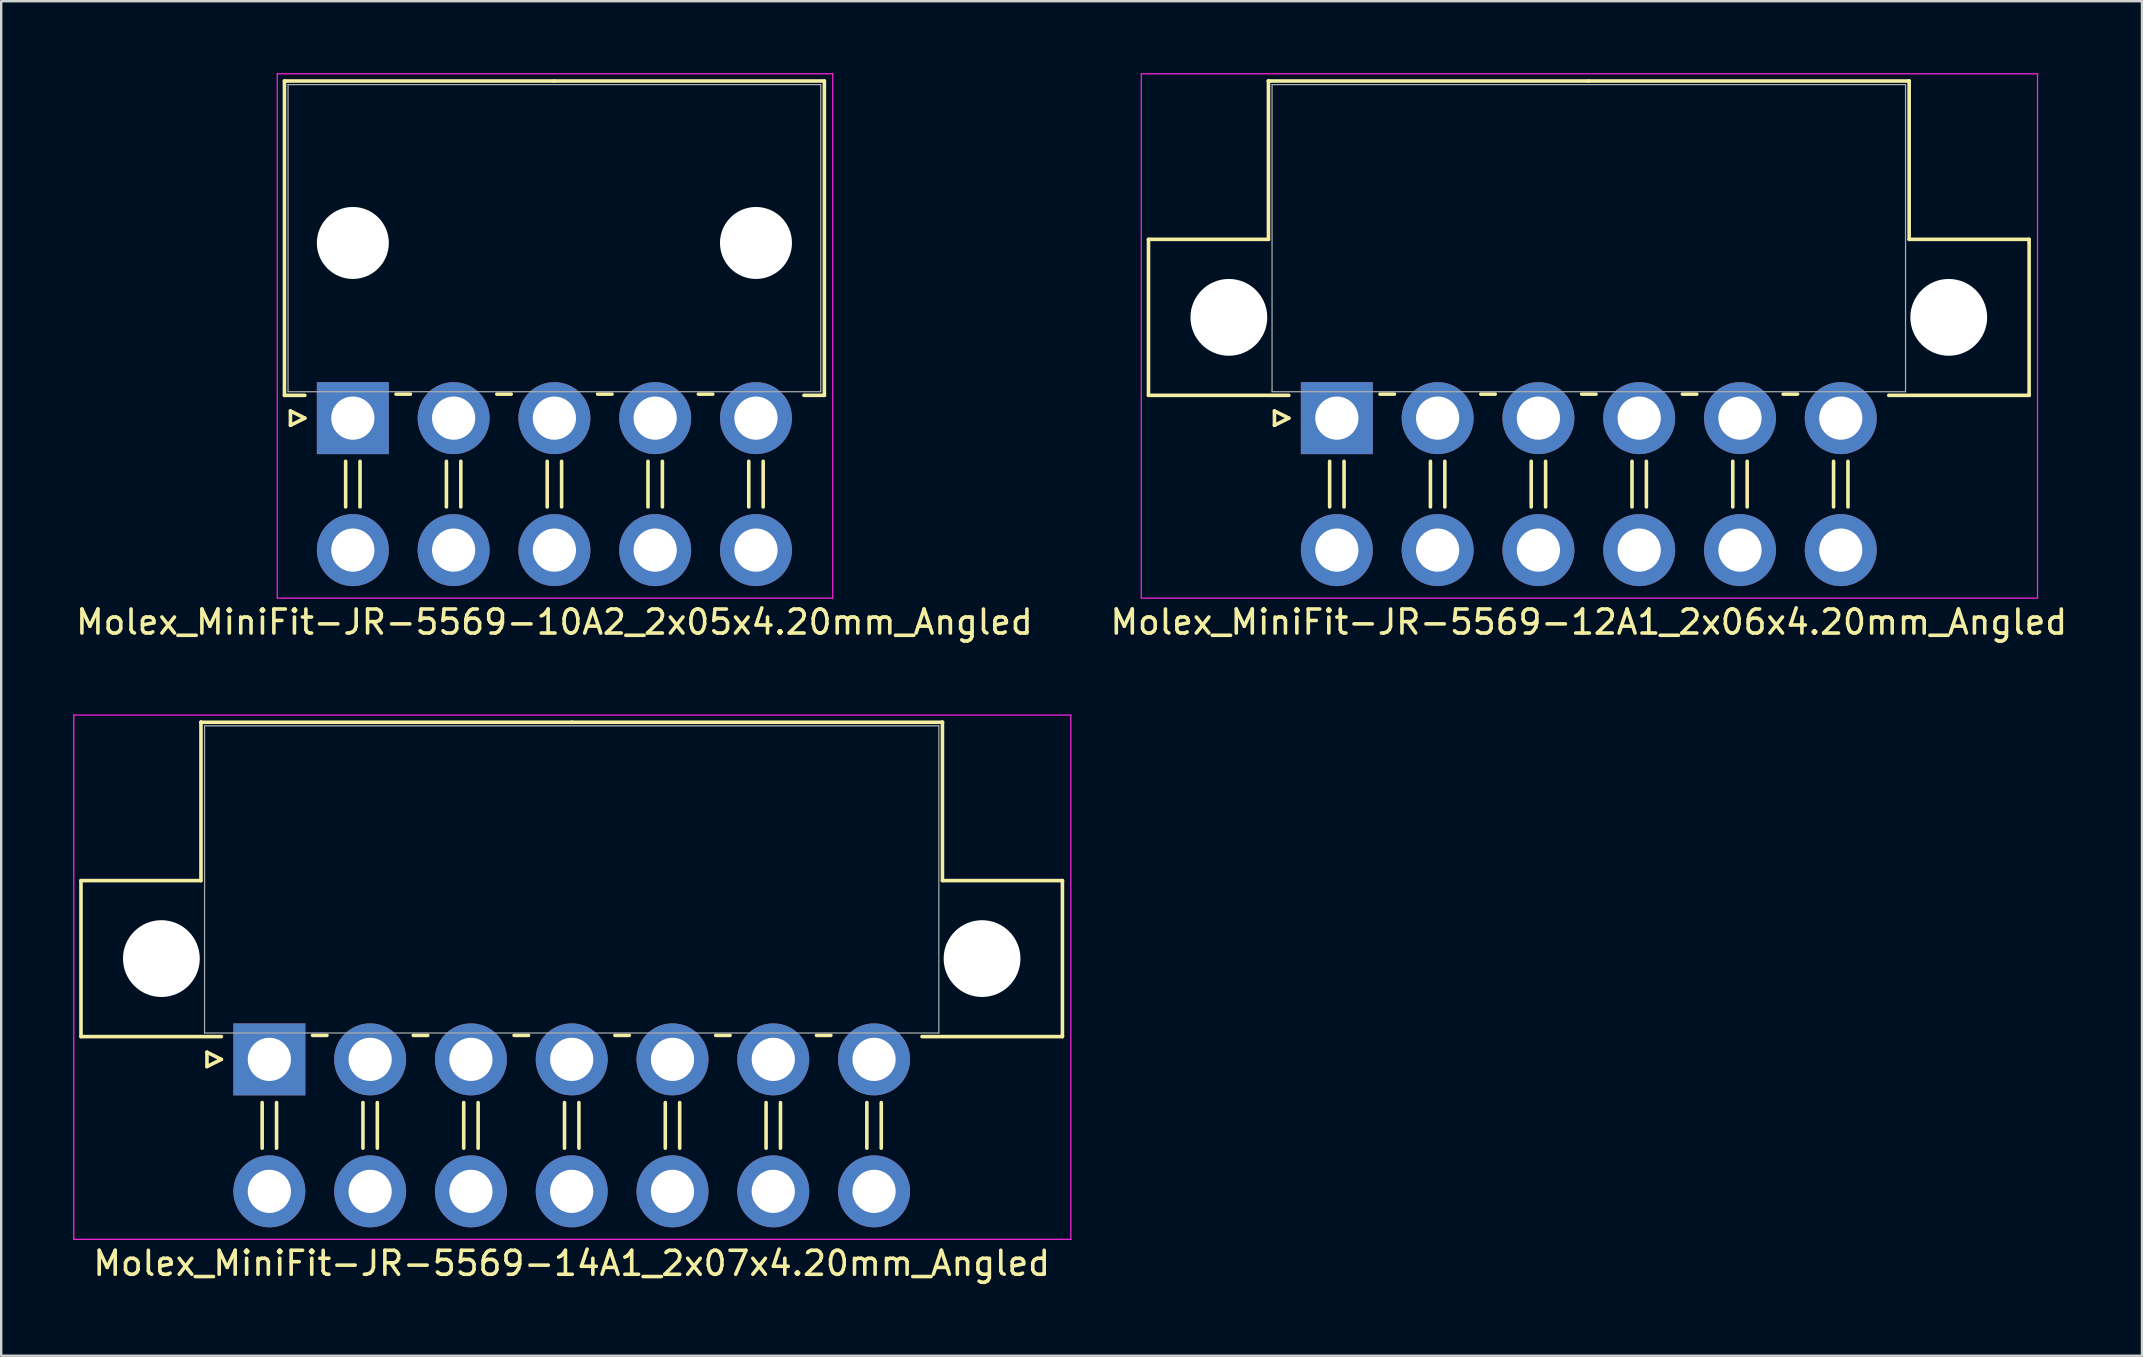
<source format=kicad_pcb>
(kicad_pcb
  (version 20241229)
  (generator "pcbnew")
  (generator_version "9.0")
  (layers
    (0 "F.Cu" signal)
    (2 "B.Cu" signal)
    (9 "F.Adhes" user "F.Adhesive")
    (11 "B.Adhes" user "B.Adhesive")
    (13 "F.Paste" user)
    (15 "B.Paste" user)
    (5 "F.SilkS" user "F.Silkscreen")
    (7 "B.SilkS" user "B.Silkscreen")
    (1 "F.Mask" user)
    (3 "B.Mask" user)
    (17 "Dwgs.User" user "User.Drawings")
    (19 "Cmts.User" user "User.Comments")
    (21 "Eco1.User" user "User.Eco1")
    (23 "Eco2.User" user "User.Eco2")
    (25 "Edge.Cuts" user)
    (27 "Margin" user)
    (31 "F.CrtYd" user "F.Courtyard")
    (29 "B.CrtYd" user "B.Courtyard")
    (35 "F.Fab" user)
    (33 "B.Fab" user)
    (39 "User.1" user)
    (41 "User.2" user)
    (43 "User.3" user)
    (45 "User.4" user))
  (footprint "Molex_MiniFit-JR-5569-14A1_2x07x4.20mm_Angled"
    (layer "F.Cu")
    (at 8.175 41.098)
    (property "Reference" "Molex_MiniFit-JR-5569-14A1_2x07x4.20mm_Angled" (at 12.6 8.5 0) (layer "F.SilkS") (effects (font (size 1 1) (thickness 0.15))))
    (attr through_hole)
    (fp_line (start -7.85 -7.45) (end -7.85 -0.95) (stroke (width 0.15) (type solid)) (layer "F.SilkS"))
    (fp_line (start -7.85 -0.95) (end -2 -0.95) (stroke (width 0.15) (type solid)) (layer "F.SilkS"))
    (fp_line (start -2.85 -14.05) (end -2.85 -14.05) (stroke (width 0.15) (type solid)) (layer "F.SilkS"))
    (fp_line (start -2.85 -14.05) (end -2.85 -7.45) (stroke (width 0.15) (type solid)) (layer "F.SilkS"))
    (fp_line (start -2.85 -7.45) (end -7.85 -7.45) (stroke (width 0.15) (type solid)) (layer "F.SilkS"))
    (fp_line (start -2.6 -0.3) (end -2 0) (stroke (width 0.15) (type solid)) (layer "F.SilkS"))
    (fp_line (start -2.6 0.3) (end -2.6 -0.3) (stroke (width 0.15) (type solid)) (layer "F.SilkS"))
    (fp_line (start -2 0) (end -2.6 0.3) (stroke (width 0.15) (type solid)) (layer "F.SilkS"))
    (fp_line (start -0.3 1.8) (end -0.3 3.7) (stroke (width 0.15) (type solid)) (layer "F.SilkS"))
    (fp_line (start 0.3 1.8) (end 0.3 3.7) (stroke (width 0.15) (type solid)) (layer "F.SilkS"))
    (fp_line (start 1.8 -1) (end 2.4 -1) (stroke (width 0.15) (type solid)) (layer "F.SilkS"))
    (fp_line (start 3.9 1.8) (end 3.9 3.7) (stroke (width 0.15) (type solid)) (layer "F.SilkS"))
    (fp_line (start 4.5 1.8) (end 4.5 3.7) (stroke (width 0.15) (type solid)) (layer "F.SilkS"))
    (fp_line (start 6 -1) (end 6.6 -1) (stroke (width 0.15) (type solid)) (layer "F.SilkS"))
    (fp_line (start 8.1 1.8) (end 8.1 3.7) (stroke (width 0.15) (type solid)) (layer "F.SilkS"))
    (fp_line (start 8.7 1.8) (end 8.7 3.7) (stroke (width 0.15) (type solid)) (layer "F.SilkS"))
    (fp_line (start 10.2 -1) (end 10.8 -1) (stroke (width 0.15) (type solid)) (layer "F.SilkS"))
    (fp_line (start 12.3 1.8) (end 12.3 3.7) (stroke (width 0.15) (type solid)) (layer "F.SilkS"))
    (fp_line (start 12.6 -14.05) (end -2.85 -14.05) (stroke (width 0.15) (type solid)) (layer "F.SilkS"))
    (fp_line (start 12.6 -14.05) (end 28.05 -14.05) (stroke (width 0.15) (type solid)) (layer "F.SilkS"))
    (fp_line (start 12.9 1.8) (end 12.9 3.7) (stroke (width 0.15) (type solid)) (layer "F.SilkS"))
    (fp_line (start 14.4 -1) (end 15 -1) (stroke (width 0.15) (type solid)) (layer "F.SilkS"))
    (fp_line (start 16.5 1.8) (end 16.5 3.7) (stroke (width 0.15) (type solid)) (layer "F.SilkS"))
    (fp_line (start 17.1 1.8) (end 17.1 3.7) (stroke (width 0.15) (type solid)) (layer "F.SilkS"))
    (fp_line (start 18.6 -1) (end 19.2 -1) (stroke (width 0.15) (type solid)) (layer "F.SilkS"))
    (fp_line (start 20.7 1.8) (end 20.7 3.7) (stroke (width 0.15) (type solid)) (layer "F.SilkS"))
    (fp_line (start 21.3 1.8) (end 21.3 3.7) (stroke (width 0.15) (type solid)) (layer "F.SilkS"))
    (fp_line (start 22.8 -1) (end 23.4 -1) (stroke (width 0.15) (type solid)) (layer "F.SilkS"))
    (fp_line (start 24.9 1.8) (end 24.9 3.7) (stroke (width 0.15) (type solid)) (layer "F.SilkS"))
    (fp_line (start 25.5 1.8) (end 25.5 3.7) (stroke (width 0.15) (type solid)) (layer "F.SilkS"))
    (fp_line (start 28.05 -14.05) (end 28.05 -14.05) (stroke (width 0.15) (type solid)) (layer "F.SilkS"))
    (fp_line (start 28.05 -14.05) (end 28.05 -7.45) (stroke (width 0.15) (type solid)) (layer "F.SilkS"))
    (fp_line (start 28.05 -7.45) (end 33.05 -7.45) (stroke (width 0.15) (type solid)) (layer "F.SilkS"))
    (fp_line (start 33.05 -7.45) (end 33.05 -0.95) (stroke (width 0.15) (type solid)) (layer "F.SilkS"))
    (fp_line (start 33.05 -0.95) (end 27.2 -0.95) (stroke (width 0.15) (type solid)) (layer "F.SilkS"))
    (fp_line (start -8.15 -14.35) (end -8.15 7.5) (stroke (width 0.05) (type solid)) (layer "F.CrtYd"))
    (fp_line (start -8.15 7.5) (end 33.4 7.5) (stroke (width 0.05) (type solid)) (layer "F.CrtYd"))
    (fp_line (start 33.4 -14.35) (end -8.15 -14.35) (stroke (width 0.05) (type solid)) (layer "F.CrtYd"))
    (fp_line (start 33.4 7.5) (end 33.4 -14.35) (stroke (width 0.05) (type solid)) (layer "F.CrtYd"))
    (fp_line (start -2.7 -13.9) (end -2.7 -1.1) (stroke (width 0.05) (type solid)) (layer "F.Fab"))
    (fp_line (start -2.7 -1.1) (end 27.9 -1.1) (stroke (width 0.05) (type solid)) (layer "F.Fab"))
    (fp_line (start 27.9 -13.9) (end -2.7 -13.9) (stroke (width 0.05) (type solid)) (layer "F.Fab"))
    (fp_line (start 27.9 -1.1) (end 27.9 -13.9) (stroke (width 0.05) (type solid)) (layer "F.Fab"))
    (pad "" np_thru_hole circle (at -4.5 -4.2) (size 3.2 3.2) (drill 3.2) (layers "*.Cu"))
    (pad "" np_thru_hole circle (at 29.7 -4.2) (size 3.2 3.2) (drill 3.2) (layers "*.Cu"))
    (pad "1" thru_hole rect (at 0 0) (size 3 3) (drill 1.8) (layers "*.Cu" "*.Mask"))
    (pad "2" thru_hole circle (at 4.2 0) (size 3 3) (drill 1.8) (layers "*.Cu" "*.Mask"))
    (pad "3" thru_hole circle (at 8.4 0) (size 3 3) (drill 1.8) (layers "*.Cu" "*.Mask"))
    (pad "4" thru_hole circle (at 12.6 0) (size 3 3) (drill 1.8) (layers "*.Cu" "*.Mask"))
    (pad "5" thru_hole circle (at 16.8 0) (size 3 3) (drill 1.8) (layers "*.Cu" "*.Mask"))
    (pad "6" thru_hole circle (at 21 0) (size 3 3) (drill 1.8) (layers "*.Cu" "*.Mask"))
    (pad "7" thru_hole circle (at 25.2 0) (size 3 3) (drill 1.8) (layers "*.Cu" "*.Mask"))
    (pad "8" thru_hole circle (at 0 5.5) (size 3 3) (drill 1.8) (layers "*.Cu" "*.Mask"))
    (pad "9" thru_hole circle (at 4.2 5.5) (size 3 3) (drill 1.8) (layers "*.Cu" "*.Mask"))
    (pad "10" thru_hole circle (at 8.4 5.5) (size 3 3) (drill 1.8) (layers "*.Cu" "*.Mask"))
    (pad "11" thru_hole circle (at 12.6 5.5) (size 3 3) (drill 1.8) (layers "*.Cu" "*.Mask"))
    (pad "12" thru_hole circle (at 16.8 5.5) (size 3 3) (drill 1.8) (layers "*.Cu" "*.Mask"))
    (pad "13" thru_hole circle (at 21 5.5) (size 3 3) (drill 1.8) (layers "*.Cu" "*.Mask"))
    (pad "14" thru_hole circle (at 25.2 5.5) (size 3 3) (drill 1.8) (layers "*.Cu" "*.Mask")))
  (footprint "Molex_MiniFit-JR-5569-10A2_2x05x4.20mm_Angled"
    (layer "F.Cu")
    (at 11.654 14.375)
    (property "Reference" "Molex_MiniFit-JR-5569-10A2_2x05x4.20mm_Angled" (at 8.4 8.5 0) (layer "F.SilkS") (effects (font (size 1 1) (thickness 0.15))))
    (attr through_hole)
    (fp_line (start -2.85 -14.05) (end 8.4 -14.05) (stroke (width 0.15) (type solid)) (layer "F.SilkS"))
    (fp_line (start -2.85 -0.95) (end -2.85 -14.05) (stroke (width 0.15) (type solid)) (layer "F.SilkS"))
    (fp_line (start -2.6 -0.3) (end -2 0) (stroke (width 0.15) (type solid)) (layer "F.SilkS"))
    (fp_line (start -2.6 0.3) (end -2.6 -0.3) (stroke (width 0.15) (type solid)) (layer "F.SilkS"))
    (fp_line (start -2 -0.95) (end -2.85 -0.95) (stroke (width 0.15) (type solid)) (layer "F.SilkS"))
    (fp_line (start -2 0) (end -2.6 0.3) (stroke (width 0.15) (type solid)) (layer "F.SilkS"))
    (fp_line (start -0.3 1.8) (end -0.3 3.7) (stroke (width 0.15) (type solid)) (layer "F.SilkS"))
    (fp_line (start 0.3 1.8) (end 0.3 3.7) (stroke (width 0.15) (type solid)) (layer "F.SilkS"))
    (fp_line (start 1.8 -1) (end 2.4 -1) (stroke (width 0.15) (type solid)) (layer "F.SilkS"))
    (fp_line (start 3.9 1.8) (end 3.9 3.7) (stroke (width 0.15) (type solid)) (layer "F.SilkS"))
    (fp_line (start 4.5 1.8) (end 4.5 3.7) (stroke (width 0.15) (type solid)) (layer "F.SilkS"))
    (fp_line (start 6 -1) (end 6.6 -1) (stroke (width 0.15) (type solid)) (layer "F.SilkS"))
    (fp_line (start 8.1 1.8) (end 8.1 3.7) (stroke (width 0.15) (type solid)) (layer "F.SilkS"))
    (fp_line (start 8.7 1.8) (end 8.7 3.7) (stroke (width 0.15) (type solid)) (layer "F.SilkS"))
    (fp_line (start 10.2 -1) (end 10.8 -1) (stroke (width 0.15) (type solid)) (layer "F.SilkS"))
    (fp_line (start 12.3 1.8) (end 12.3 3.7) (stroke (width 0.15) (type solid)) (layer "F.SilkS"))
    (fp_line (start 12.9 1.8) (end 12.9 3.7) (stroke (width 0.15) (type solid)) (layer "F.SilkS"))
    (fp_line (start 14.4 -1) (end 15 -1) (stroke (width 0.15) (type solid)) (layer "F.SilkS"))
    (fp_line (start 16.5 1.8) (end 16.5 3.7) (stroke (width 0.15) (type solid)) (layer "F.SilkS"))
    (fp_line (start 17.1 1.8) (end 17.1 3.7) (stroke (width 0.15) (type solid)) (layer "F.SilkS"))
    (fp_line (start 18.8 -0.95) (end 19.65 -0.95) (stroke (width 0.15) (type solid)) (layer "F.SilkS"))
    (fp_line (start 19.65 -14.05) (end 8.4 -14.05) (stroke (width 0.15) (type solid)) (layer "F.SilkS"))
    (fp_line (start 19.65 -0.95) (end 19.65 -14.05) (stroke (width 0.15) (type solid)) (layer "F.SilkS"))
    (fp_line (start -3.15 -14.35) (end -3.15 7.5) (stroke (width 0.05) (type solid)) (layer "F.CrtYd"))
    (fp_line (start -3.15 7.5) (end 20 7.5) (stroke (width 0.05) (type solid)) (layer "F.CrtYd"))
    (fp_line (start 20 -14.35) (end -3.15 -14.35) (stroke (width 0.05) (type solid)) (layer "F.CrtYd"))
    (fp_line (start 20 7.5) (end 20 -14.35) (stroke (width 0.05) (type solid)) (layer "F.CrtYd"))
    (fp_line (start -2.7 -13.9) (end -2.7 -1.1) (stroke (width 0.05) (type solid)) (layer "F.Fab"))
    (fp_line (start -2.7 -1.1) (end 19.5 -1.1) (stroke (width 0.05) (type solid)) (layer "F.Fab"))
    (fp_line (start 19.5 -13.9) (end -2.7 -13.9) (stroke (width 0.05) (type solid)) (layer "F.Fab"))
    (fp_line (start 19.5 -1.1) (end 19.5 -13.9) (stroke (width 0.05) (type solid)) (layer "F.Fab"))
    (pad "" np_thru_hole circle (at 0 -7.3) (size 3 3) (drill 3) (layers "*.Cu"))
    (pad "" np_thru_hole circle (at 16.8 -7.3) (size 3 3) (drill 3) (layers "*.Cu"))
    (pad "1" thru_hole rect (at 0 0) (size 3 3) (drill 1.8) (layers "*.Cu" "*.Mask"))
    (pad "2" thru_hole circle (at 4.2 0) (size 3 3) (drill 1.8) (layers "*.Cu" "*.Mask"))
    (pad "3" thru_hole circle (at 8.4 0) (size 3 3) (drill 1.8) (layers "*.Cu" "*.Mask"))
    (pad "4" thru_hole circle (at 12.6 0) (size 3 3) (drill 1.8) (layers "*.Cu" "*.Mask"))
    (pad "5" thru_hole circle (at 16.8 0) (size 3 3) (drill 1.8) (layers "*.Cu" "*.Mask"))
    (pad "6" thru_hole circle (at 0 5.5) (size 3 3) (drill 1.8) (layers "*.Cu" "*.Mask"))
    (pad "7" thru_hole circle (at 4.2 5.5) (size 3 3) (drill 1.8) (layers "*.Cu" "*.Mask"))
    (pad "8" thru_hole circle (at 8.4 5.5) (size 3 3) (drill 1.8) (layers "*.Cu" "*.Mask"))
    (pad "9" thru_hole circle (at 12.6 5.5) (size 3 3) (drill 1.8) (layers "*.Cu" "*.Mask"))
    (pad "10" thru_hole circle (at 16.8 5.5) (size 3 3) (drill 1.8) (layers "*.Cu" "*.Mask")))
  (footprint "Molex_MiniFit-JR-5569-12A1_2x06x4.20mm_Angled"
    (layer "F.Cu")
    (at 52.661 14.375)
    (property "Reference" "Molex_MiniFit-JR-5569-12A1_2x06x4.20mm_Angled" (at 10.5 8.5 0) (layer "F.SilkS") (effects (font (size 1 1) (thickness 0.15))))
    (attr through_hole)
    (fp_line (start -7.85 -7.45) (end -7.85 -0.95) (stroke (width 0.15) (type solid)) (layer "F.SilkS"))
    (fp_line (start -7.85 -0.95) (end -2 -0.95) (stroke (width 0.15) (type solid)) (layer "F.SilkS"))
    (fp_line (start -2.85 -14.05) (end -2.85 -14.05) (stroke (width 0.15) (type solid)) (layer "F.SilkS"))
    (fp_line (start -2.85 -14.05) (end -2.85 -7.45) (stroke (width 0.15) (type solid)) (layer "F.SilkS"))
    (fp_line (start -2.85 -7.45) (end -7.85 -7.45) (stroke (width 0.15) (type solid)) (layer "F.SilkS"))
    (fp_line (start -2.6 -0.3) (end -2 0) (stroke (width 0.15) (type solid)) (layer "F.SilkS"))
    (fp_line (start -2.6 0.3) (end -2.6 -0.3) (stroke (width 0.15) (type solid)) (layer "F.SilkS"))
    (fp_line (start -2 0) (end -2.6 0.3) (stroke (width 0.15) (type solid)) (layer "F.SilkS"))
    (fp_line (start -0.3 1.8) (end -0.3 3.7) (stroke (width 0.15) (type solid)) (layer "F.SilkS"))
    (fp_line (start 0.3 1.8) (end 0.3 3.7) (stroke (width 0.15) (type solid)) (layer "F.SilkS"))
    (fp_line (start 1.8 -1) (end 2.4 -1) (stroke (width 0.15) (type solid)) (layer "F.SilkS"))
    (fp_line (start 3.9 1.8) (end 3.9 3.7) (stroke (width 0.15) (type solid)) (layer "F.SilkS"))
    (fp_line (start 4.5 1.8) (end 4.5 3.7) (stroke (width 0.15) (type solid)) (layer "F.SilkS"))
    (fp_line (start 6 -1) (end 6.6 -1) (stroke (width 0.15) (type solid)) (layer "F.SilkS"))
    (fp_line (start 8.1 1.8) (end 8.1 3.7) (stroke (width 0.15) (type solid)) (layer "F.SilkS"))
    (fp_line (start 8.7 1.8) (end 8.7 3.7) (stroke (width 0.15) (type solid)) (layer "F.SilkS"))
    (fp_line (start 10.2 -1) (end 10.8 -1) (stroke (width 0.15) (type solid)) (layer "F.SilkS"))
    (fp_line (start 10.5 -14.05) (end -2.85 -14.05) (stroke (width 0.15) (type solid)) (layer "F.SilkS"))
    (fp_line (start 10.5 -14.05) (end 23.85 -14.05) (stroke (width 0.15) (type solid)) (layer "F.SilkS"))
    (fp_line (start 12.3 1.8) (end 12.3 3.7) (stroke (width 0.15) (type solid)) (layer "F.SilkS"))
    (fp_line (start 12.9 1.8) (end 12.9 3.7) (stroke (width 0.15) (type solid)) (layer "F.SilkS"))
    (fp_line (start 14.4 -1) (end 15 -1) (stroke (width 0.15) (type solid)) (layer "F.SilkS"))
    (fp_line (start 16.5 1.8) (end 16.5 3.7) (stroke (width 0.15) (type solid)) (layer "F.SilkS"))
    (fp_line (start 17.1 1.8) (end 17.1 3.7) (stroke (width 0.15) (type solid)) (layer "F.SilkS"))
    (fp_line (start 18.6 -1) (end 19.2 -1) (stroke (width 0.15) (type solid)) (layer "F.SilkS"))
    (fp_line (start 20.7 1.8) (end 20.7 3.7) (stroke (width 0.15) (type solid)) (layer "F.SilkS"))
    (fp_line (start 21.3 1.8) (end 21.3 3.7) (stroke (width 0.15) (type solid)) (layer "F.SilkS"))
    (fp_line (start 23.85 -14.05) (end 23.85 -14.05) (stroke (width 0.15) (type solid)) (layer "F.SilkS"))
    (fp_line (start 23.85 -14.05) (end 23.85 -7.45) (stroke (width 0.15) (type solid)) (layer "F.SilkS"))
    (fp_line (start 23.85 -7.45) (end 28.85 -7.45) (stroke (width 0.15) (type solid)) (layer "F.SilkS"))
    (fp_line (start 28.85 -7.45) (end 28.85 -0.95) (stroke (width 0.15) (type solid)) (layer "F.SilkS"))
    (fp_line (start 28.85 -0.95) (end 23 -0.95) (stroke (width 0.15) (type solid)) (layer "F.SilkS"))
    (fp_line (start -8.15 -14.35) (end -8.15 7.5) (stroke (width 0.05) (type solid)) (layer "F.CrtYd"))
    (fp_line (start -8.15 7.5) (end 29.2 7.5) (stroke (width 0.05) (type solid)) (layer "F.CrtYd"))
    (fp_line (start 29.2 -14.35) (end -8.15 -14.35) (stroke (width 0.05) (type solid)) (layer "F.CrtYd"))
    (fp_line (start 29.2 7.5) (end 29.2 -14.35) (stroke (width 0.05) (type solid)) (layer "F.CrtYd"))
    (fp_line (start -2.7 -13.9) (end -2.7 -1.1) (stroke (width 0.05) (type solid)) (layer "F.Fab"))
    (fp_line (start -2.7 -1.1) (end 23.7 -1.1) (stroke (width 0.05) (type solid)) (layer "F.Fab"))
    (fp_line (start 23.7 -13.9) (end -2.7 -13.9) (stroke (width 0.05) (type solid)) (layer "F.Fab"))
    (fp_line (start 23.7 -1.1) (end 23.7 -13.9) (stroke (width 0.05) (type solid)) (layer "F.Fab"))
    (pad "" np_thru_hole circle (at -4.5 -4.2) (size 3.2 3.2) (drill 3.2) (layers "*.Cu"))
    (pad "" np_thru_hole circle (at 25.5 -4.2) (size 3.2 3.2) (drill 3.2) (layers "*.Cu"))
    (pad "1" thru_hole rect (at 0 0) (size 3 3) (drill 1.8) (layers "*.Cu" "*.Mask"))
    (pad "2" thru_hole circle (at 4.2 0) (size 3 3) (drill 1.8) (layers "*.Cu" "*.Mask"))
    (pad "3" thru_hole circle (at 8.4 0) (size 3 3) (drill 1.8) (layers "*.Cu" "*.Mask"))
    (pad "4" thru_hole circle (at 12.6 0) (size 3 3) (drill 1.8) (layers "*.Cu" "*.Mask"))
    (pad "5" thru_hole circle (at 16.8 0) (size 3 3) (drill 1.8) (layers "*.Cu" "*.Mask"))
    (pad "6" thru_hole circle (at 21 0) (size 3 3) (drill 1.8) (layers "*.Cu" "*.Mask"))
    (pad "7" thru_hole circle (at 0 5.5) (size 3 3) (drill 1.8) (layers "*.Cu" "*.Mask"))
    (pad "8" thru_hole circle (at 4.2 5.5) (size 3 3) (drill 1.8) (layers "*.Cu" "*.Mask"))
    (pad "9" thru_hole circle (at 8.4 5.5) (size 3 3) (drill 1.8) (layers "*.Cu" "*.Mask"))
    (pad "10" thru_hole circle (at 12.6 5.5) (size 3 3) (drill 1.8) (layers "*.Cu" "*.Mask"))
    (pad "11" thru_hole circle (at 16.8 5.5) (size 3 3) (drill 1.8) (layers "*.Cu" "*.Mask"))
    (pad "12" thru_hole circle (at 21 5.5) (size 3 3) (drill 1.8) (layers "*.Cu" "*.Mask")))
  (gr_rect
    (start -3 -3)
    (end 86.214 53.447)
    (stroke (width 0.1) (type default))
    (fill no)
    (layer "Edge.Cuts")))
</source>
